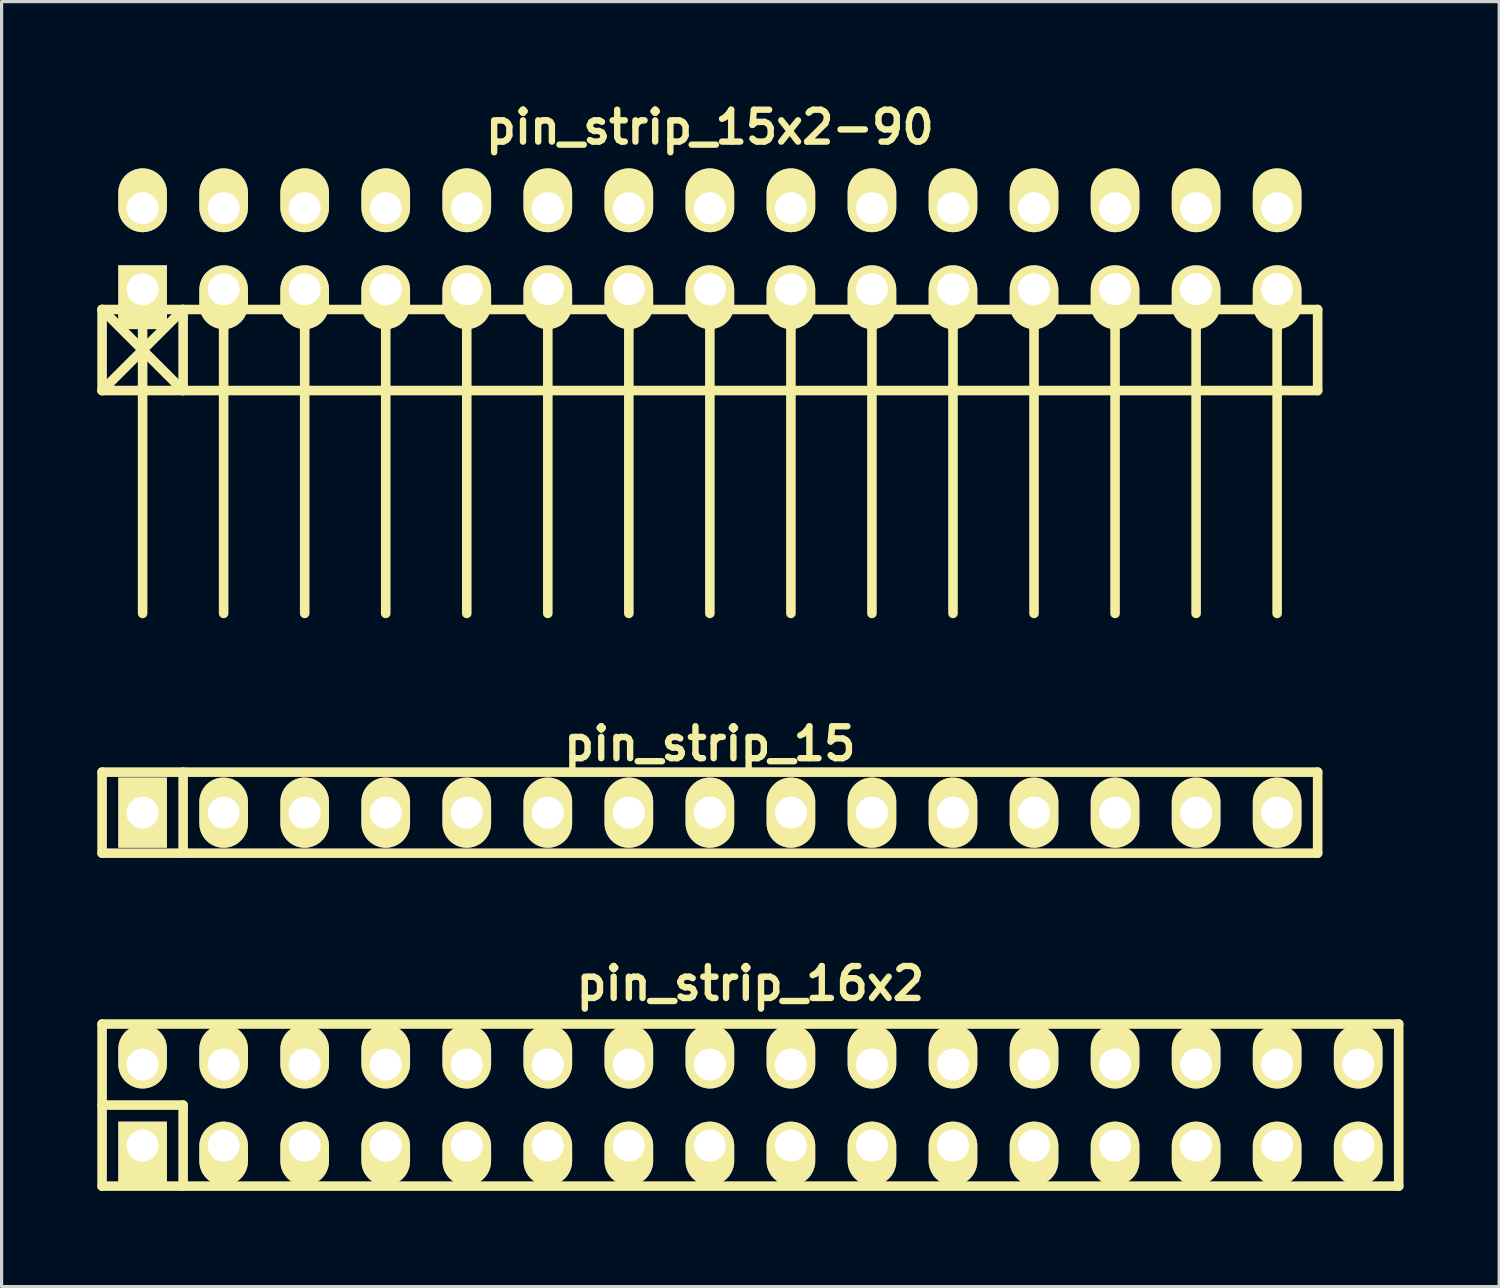
<source format=kicad_pcb>
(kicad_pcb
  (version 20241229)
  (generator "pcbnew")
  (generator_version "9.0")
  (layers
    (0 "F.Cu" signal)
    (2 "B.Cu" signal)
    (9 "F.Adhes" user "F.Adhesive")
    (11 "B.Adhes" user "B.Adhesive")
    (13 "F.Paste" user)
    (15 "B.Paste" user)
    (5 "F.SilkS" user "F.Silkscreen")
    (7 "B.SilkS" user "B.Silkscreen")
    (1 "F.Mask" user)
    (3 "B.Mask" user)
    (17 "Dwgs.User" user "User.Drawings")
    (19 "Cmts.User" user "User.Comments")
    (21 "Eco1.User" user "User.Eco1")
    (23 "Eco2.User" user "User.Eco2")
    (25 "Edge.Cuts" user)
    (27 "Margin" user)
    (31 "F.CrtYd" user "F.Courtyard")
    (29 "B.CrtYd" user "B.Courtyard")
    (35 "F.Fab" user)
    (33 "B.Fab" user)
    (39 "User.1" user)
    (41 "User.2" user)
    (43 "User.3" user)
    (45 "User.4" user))
  (footprint "pin_strip_15x2-90"
    (layer "F.Cu")
    (at 19.2 4.746)
    (property "Reference" "pin_strip_15x2-90" (at 0 -3.81 0) (layer "F.SilkS") (effects (font (size 1 1) (thickness 0.2))))
    (attr through_hole)
    (fp_line (start -19.05 1.905) (end -16.51 4.445) (stroke (width 0.3) (type solid)) (layer "F.SilkS"))
    (fp_line (start -19.05 1.905) (end 19.05 1.905) (stroke (width 0.3) (type solid)) (layer "F.SilkS"))
    (fp_line (start -19.05 4.445) (end -19.05 1.905) (stroke (width 0.3) (type solid)) (layer "F.SilkS"))
    (fp_line (start -17.78 1.27) (end -17.78 11.43) (stroke (width 0.3) (type solid)) (layer "F.SilkS"))
    (fp_line (start -16.51 1.905) (end -19.05 4.445) (stroke (width 0.3) (type solid)) (layer "F.SilkS"))
    (fp_line (start -16.51 4.445) (end -16.51 1.905) (stroke (width 0.3) (type solid)) (layer "F.SilkS"))
    (fp_line (start -15.24 1.27) (end -15.24 11.43) (stroke (width 0.3) (type solid)) (layer "F.SilkS"))
    (fp_line (start -12.7 11.43) (end -12.7 1.27) (stroke (width 0.3) (type solid)) (layer "F.SilkS"))
    (fp_line (start -10.16 1.27) (end -10.16 11.43) (stroke (width 0.3) (type solid)) (layer "F.SilkS"))
    (fp_line (start -7.62 1.27) (end -7.62 11.43) (stroke (width 0.3) (type solid)) (layer "F.SilkS"))
    (fp_line (start -5.08 1.27) (end -5.08 11.43) (stroke (width 0.3) (type solid)) (layer "F.SilkS"))
    (fp_line (start -2.54 1.27) (end -2.54 11.43) (stroke (width 0.3) (type solid)) (layer "F.SilkS"))
    (fp_line (start 0 1.27) (end 0 11.43) (stroke (width 0.3) (type solid)) (layer "F.SilkS"))
    (fp_line (start 2.54 1.27) (end 2.54 11.43) (stroke (width 0.3) (type solid)) (layer "F.SilkS"))
    (fp_line (start 5.08 1.27) (end 5.08 11.43) (stroke (width 0.3) (type solid)) (layer "F.SilkS"))
    (fp_line (start 7.62 1.27) (end 7.62 11.43) (stroke (width 0.3) (type solid)) (layer "F.SilkS"))
    (fp_line (start 10.16 1.27) (end 10.16 11.43) (stroke (width 0.3) (type solid)) (layer "F.SilkS"))
    (fp_line (start 12.7 11.43) (end 12.7 1.27) (stroke (width 0.3) (type solid)) (layer "F.SilkS"))
    (fp_line (start 15.24 1.27) (end 15.24 11.43) (stroke (width 0.3) (type solid)) (layer "F.SilkS"))
    (fp_line (start 17.78 1.27) (end 17.78 11.43) (stroke (width 0.3) (type solid)) (layer "F.SilkS"))
    (fp_line (start 19.05 1.905) (end 19.05 4.445) (stroke (width 0.3) (type solid)) (layer "F.SilkS"))
    (fp_line (start 19.05 4.445) (end -19.05 4.445) (stroke (width 0.3) (type solid)) (layer "F.SilkS"))
    (pad "1" thru_hole rect (at -17.78 1.27) (size 1.524 1.999) (drill 1.001 (offset 0 0.249)) (layers "*.Cu" "*.Mask" "F.SilkS"))
    (pad "2" thru_hole oval (at -17.78 -1.27) (size 1.524 1.999) (drill 1.001 (offset 0 -0.249)) (layers "*.Cu" "*.Mask" "F.SilkS"))
    (pad "3" thru_hole oval (at -15.24 1.27) (size 1.524 1.999) (drill 1.001 (offset 0 0.249)) (layers "*.Cu" "*.Mask" "F.SilkS"))
    (pad "4" thru_hole oval (at -15.24 -1.27) (size 1.524 1.999) (drill 1.001 (offset 0 -0.249)) (layers "*.Cu" "*.Mask" "F.SilkS"))
    (pad "5" thru_hole oval (at -12.7 1.27) (size 1.524 1.999) (drill 1.001 (offset 0 0.249)) (layers "*.Cu" "*.Mask" "F.SilkS"))
    (pad "6" thru_hole oval (at -12.7 -1.27) (size 1.524 1.999) (drill 1.001 (offset 0 -0.249)) (layers "*.Cu" "*.Mask" "F.SilkS"))
    (pad "7" thru_hole oval (at -10.16 1.27) (size 1.524 1.999) (drill 1.001 (offset 0 0.249)) (layers "*.Cu" "*.Mask" "F.SilkS"))
    (pad "8" thru_hole oval (at -10.16 -1.27) (size 1.524 1.999) (drill 1.001 (offset 0 -0.249)) (layers "*.Cu" "*.Mask" "F.SilkS"))
    (pad "9" thru_hole oval (at -7.62 1.27) (size 1.524 1.999) (drill 1.001 (offset 0 0.249)) (layers "*.Cu" "*.Mask" "F.SilkS"))
    (pad "10" thru_hole oval (at -7.62 -1.27) (size 1.524 1.999) (drill 1.001 (offset 0 -0.249)) (layers "*.Cu" "*.Mask" "F.SilkS"))
    (pad "11" thru_hole oval (at -5.08 1.27) (size 1.524 1.999) (drill 1.001 (offset 0 0.249)) (layers "*.Cu" "*.Mask" "F.SilkS"))
    (pad "12" thru_hole oval (at -5.08 -1.27) (size 1.524 1.999) (drill 1.001 (offset 0 -0.249)) (layers "*.Cu" "*.Mask" "F.SilkS"))
    (pad "13" thru_hole oval (at -2.54 1.27) (size 1.524 1.999) (drill 1.001 (offset 0 0.249)) (layers "*.Cu" "*.Mask" "F.SilkS"))
    (pad "14" thru_hole oval (at -2.54 -1.27) (size 1.524 1.999) (drill 1.001 (offset 0 -0.249)) (layers "*.Cu" "*.Mask" "F.SilkS"))
    (pad "15" thru_hole oval (at 0 1.27) (size 1.524 1.999) (drill 1.001 (offset 0 0.249)) (layers "*.Cu" "*.Mask" "F.SilkS"))
    (pad "16" thru_hole oval (at 0 -1.27) (size 1.524 1.999) (drill 1.001 (offset 0 -0.249)) (layers "*.Cu" "*.Mask" "F.SilkS"))
    (pad "17" thru_hole oval (at 2.54 1.27) (size 1.524 1.999) (drill 1.001 (offset 0 0.249)) (layers "*.Cu" "*.Mask" "F.SilkS"))
    (pad "18" thru_hole oval (at 2.54 -1.27) (size 1.524 1.999) (drill 1.001 (offset 0 -0.249)) (layers "*.Cu" "*.Mask" "F.SilkS"))
    (pad "19" thru_hole oval (at 5.08 1.27) (size 1.524 1.999) (drill 1.001 (offset 0 0.249)) (layers "*.Cu" "*.Mask" "F.SilkS"))
    (pad "20" thru_hole oval (at 5.08 -1.27) (size 1.524 1.999) (drill 1.001 (offset 0 -0.249)) (layers "*.Cu" "*.Mask" "F.SilkS"))
    (pad "21" thru_hole oval (at 7.62 1.27) (size 1.524 1.999) (drill 1.001 (offset 0 0.249)) (layers "*.Cu" "*.Mask" "F.SilkS"))
    (pad "22" thru_hole oval (at 7.62 -1.27) (size 1.524 1.999) (drill 1.001 (offset 0 -0.249)) (layers "*.Cu" "*.Mask" "F.SilkS"))
    (pad "23" thru_hole oval (at 10.16 1.27) (size 1.524 1.999) (drill 1.001 (offset 0 0.249)) (layers "*.Cu" "*.Mask" "F.SilkS"))
    (pad "24" thru_hole oval (at 10.16 -1.27) (size 1.524 1.999) (drill 1.001 (offset 0 -0.249)) (layers "*.Cu" "*.Mask" "F.SilkS"))
    (pad "25" thru_hole oval (at 12.7 1.27) (size 1.524 1.999) (drill 1.001 (offset 0 0.249)) (layers "*.Cu" "*.Mask" "F.SilkS"))
    (pad "26" thru_hole oval (at 12.7 -1.27) (size 1.524 1.999) (drill 1.001 (offset 0 -0.249)) (layers "*.Cu" "*.Mask" "F.SilkS"))
    (pad "27" thru_hole oval (at 15.24 1.27) (size 1.524 1.999) (drill 1.001 (offset 0 0.249)) (layers "*.Cu" "*.Mask" "F.SilkS"))
    (pad "28" thru_hole oval (at 15.24 -1.27) (size 1.524 1.999) (drill 1.001 (offset 0 -0.249)) (layers "*.Cu" "*.Mask" "F.SilkS"))
    (pad "29" thru_hole oval (at 17.78 1.27) (size 1.524 1.999) (drill 1.001 (offset 0 0.249)) (layers "*.Cu" "*.Mask" "F.SilkS"))
    (pad "30" thru_hole oval (at 17.78 -1.27) (size 1.524 1.999) (drill 1.001 (offset 0 -0.249)) (layers "*.Cu" "*.Mask" "F.SilkS")))
  (footprint "pin_strip_16x2"
    (layer "F.Cu")
    (at 20.47 31.587)
    (property "Reference" "pin_strip_16x2" (at 0 -3.81 0) (layer "F.SilkS") (effects (font (size 1 1) (thickness 0.2))))
    (attr through_hole)
    (fp_line (start -20.32 -2.54) (end -20.32 2.54) (stroke (width 0.3) (type solid)) (layer "F.SilkS"))
    (fp_line (start -20.32 -2.54) (end 20.32 -2.54) (stroke (width 0.3) (type solid)) (layer "F.SilkS"))
    (fp_line (start -20.32 0) (end -17.78 0) (stroke (width 0.3) (type solid)) (layer "F.SilkS"))
    (fp_line (start -17.78 0) (end -17.78 2.54) (stroke (width 0.3) (type solid)) (layer "F.SilkS"))
    (fp_line (start 20.32 2.54) (end -20.32 2.54) (stroke (width 0.3) (type solid)) (layer "F.SilkS"))
    (fp_line (start 20.32 2.54) (end 20.32 -2.54) (stroke (width 0.3) (type solid)) (layer "F.SilkS"))
    (pad "1" thru_hole rect (at -19.05 1.27) (size 1.524 1.999) (drill 1.001 (offset 0 0.249)) (layers "*.Cu" "*.Mask" "F.SilkS"))
    (pad "2" thru_hole oval (at -19.05 -1.27) (size 1.524 1.999) (drill 1.001 (offset 0 -0.249)) (layers "*.Cu" "*.Mask" "F.SilkS"))
    (pad "3" thru_hole oval (at -16.51 1.27) (size 1.524 1.999) (drill 1.001 (offset 0 0.249)) (layers "*.Cu" "*.Mask" "F.SilkS"))
    (pad "4" thru_hole oval (at -16.51 -1.27) (size 1.524 1.999) (drill 1.001 (offset 0 -0.249)) (layers "*.Cu" "*.Mask" "F.SilkS"))
    (pad "5" thru_hole oval (at -13.97 1.27) (size 1.524 1.999) (drill 1.001 (offset 0 0.249)) (layers "*.Cu" "*.Mask" "F.SilkS"))
    (pad "6" thru_hole oval (at -13.97 -1.27) (size 1.524 1.999) (drill 1.001 (offset 0 -0.249)) (layers "*.Cu" "*.Mask" "F.SilkS"))
    (pad "7" thru_hole oval (at -11.43 1.27) (size 1.524 1.999) (drill 1.001 (offset 0 0.249)) (layers "*.Cu" "*.Mask" "F.SilkS"))
    (pad "8" thru_hole oval (at -11.43 -1.27) (size 1.524 1.999) (drill 1.001 (offset 0 -0.249)) (layers "*.Cu" "*.Mask" "F.SilkS"))
    (pad "9" thru_hole oval (at -8.89 1.27) (size 1.524 1.999) (drill 1.001 (offset 0 0.249)) (layers "*.Cu" "*.Mask" "F.SilkS"))
    (pad "10" thru_hole oval (at -8.89 -1.27) (size 1.524 1.999) (drill 1.001 (offset 0 -0.249)) (layers "*.Cu" "*.Mask" "F.SilkS"))
    (pad "11" thru_hole oval (at -6.35 1.27) (size 1.524 1.999) (drill 1.001 (offset 0 0.249)) (layers "*.Cu" "*.Mask" "F.SilkS"))
    (pad "12" thru_hole oval (at -6.35 -1.27) (size 1.524 1.999) (drill 1.001 (offset 0 -0.249)) (layers "*.Cu" "*.Mask" "F.SilkS"))
    (pad "13" thru_hole oval (at -3.81 1.27) (size 1.524 1.999) (drill 1.001 (offset 0 0.249)) (layers "*.Cu" "*.Mask" "F.SilkS"))
    (pad "14" thru_hole oval (at -3.81 -1.27) (size 1.524 1.999) (drill 1.001 (offset 0 -0.249)) (layers "*.Cu" "*.Mask" "F.SilkS"))
    (pad "15" thru_hole oval (at -1.27 1.27) (size 1.524 1.999) (drill 1.001 (offset 0 0.249)) (layers "*.Cu" "*.Mask" "F.SilkS"))
    (pad "16" thru_hole oval (at -1.27 -1.27) (size 1.524 1.999) (drill 1.001 (offset 0 -0.249)) (layers "*.Cu" "*.Mask" "F.SilkS"))
    (pad "17" thru_hole oval (at 1.27 1.27) (size 1.524 1.999) (drill 1.001 (offset 0 0.249)) (layers "*.Cu" "*.Mask" "F.SilkS"))
    (pad "18" thru_hole oval (at 1.27 -1.27) (size 1.524 1.999) (drill 1.001 (offset 0 -0.249)) (layers "*.Cu" "*.Mask" "F.SilkS"))
    (pad "19" thru_hole oval (at 3.81 1.27) (size 1.524 1.999) (drill 1.001 (offset 0 0.249)) (layers "*.Cu" "*.Mask" "F.SilkS"))
    (pad "20" thru_hole oval (at 3.81 -1.27) (size 1.524 1.999) (drill 1.001 (offset 0 -0.249)) (layers "*.Cu" "*.Mask" "F.SilkS"))
    (pad "21" thru_hole oval (at 6.35 1.27) (size 1.524 1.999) (drill 1.001 (offset 0 0.249)) (layers "*.Cu" "*.Mask" "F.SilkS"))
    (pad "22" thru_hole oval (at 6.35 -1.27) (size 1.524 1.999) (drill 1.001 (offset 0 -0.249)) (layers "*.Cu" "*.Mask" "F.SilkS"))
    (pad "23" thru_hole oval (at 8.89 1.27) (size 1.524 1.999) (drill 1.001 (offset 0 0.249)) (layers "*.Cu" "*.Mask" "F.SilkS"))
    (pad "24" thru_hole oval (at 8.89 -1.27) (size 1.524 1.999) (drill 1.001 (offset 0 -0.249)) (layers "*.Cu" "*.Mask" "F.SilkS"))
    (pad "25" thru_hole oval (at 11.43 1.27) (size 1.524 1.999) (drill 1.001 (offset 0 0.249)) (layers "*.Cu" "*.Mask" "F.SilkS"))
    (pad "26" thru_hole oval (at 11.43 -1.27) (size 1.524 1.999) (drill 1.001 (offset 0 -0.249)) (layers "*.Cu" "*.Mask" "F.SilkS"))
    (pad "27" thru_hole oval (at 13.97 1.27) (size 1.524 1.999) (drill 1.001 (offset 0 0.249)) (layers "*.Cu" "*.Mask" "F.SilkS"))
    (pad "28" thru_hole oval (at 13.97 -1.27) (size 1.524 1.999) (drill 1.001 (offset 0 -0.249)) (layers "*.Cu" "*.Mask" "F.SilkS"))
    (pad "29" thru_hole oval (at 16.51 1.27) (size 1.524 1.999) (drill 1.001 (offset 0 0.249)) (layers "*.Cu" "*.Mask" "F.SilkS"))
    (pad "30" thru_hole oval (at 16.51 -1.27) (size 1.524 1.999) (drill 1.001 (offset 0 -0.249)) (layers "*.Cu" "*.Mask" "F.SilkS"))
    (pad "31" thru_hole oval (at 19.05 1.27) (size 1.524 1.999) (drill 1.001 (offset 0 0.249)) (layers "*.Cu" "*.Mask" "F.SilkS"))
    (pad "32" thru_hole oval (at 19.05 -1.27) (size 1.524 1.999) (drill 1.001 (offset 0 -0.249)) (layers "*.Cu" "*.Mask" "F.SilkS")))
  (footprint "pin_strip_15"
    (layer "F.Cu")
    (at 19.2 22.421)
    (property "Reference" "pin_strip_15" (at 0 -2.159 0) (layer "F.SilkS") (effects (font (size 1 1) (thickness 0.2))))
    (attr through_hole)
    (fp_line (start -19.05 -1.27) (end 19.05 -1.27) (stroke (width 0.3) (type solid)) (layer "F.SilkS"))
    (fp_line (start -19.05 1.27) (end -19.05 -1.27) (stroke (width 0.3) (type solid)) (layer "F.SilkS"))
    (fp_line (start -16.51 -1.27) (end -16.51 1.27) (stroke (width 0.3) (type solid)) (layer "F.SilkS"))
    (fp_line (start 19.05 -1.27) (end 19.05 1.27) (stroke (width 0.3) (type solid)) (layer "F.SilkS"))
    (fp_line (start 19.05 1.27) (end -19.05 1.27) (stroke (width 0.3) (type solid)) (layer "F.SilkS"))
    (pad "1" thru_hole rect (at -17.78 0) (size 1.524 2.2) (drill 1.001) (layers "*.Cu" "*.Mask" "F.SilkS"))
    (pad "2" thru_hole oval (at -15.24 0) (size 1.524 2.2) (drill 1.001) (layers "*.Cu" "*.Mask" "F.SilkS"))
    (pad "3" thru_hole oval (at -12.7 0) (size 1.524 2.2) (drill 1.001) (layers "*.Cu" "*.Mask" "F.SilkS"))
    (pad "4" thru_hole oval (at -10.16 0) (size 1.524 2.2) (drill 1.001) (layers "*.Cu" "*.Mask" "F.SilkS"))
    (pad "5" thru_hole oval (at -7.62 0) (size 1.524 2.2) (drill 1.001) (layers "*.Cu" "*.Mask" "F.SilkS"))
    (pad "6" thru_hole oval (at -5.08 0) (size 1.524 2.2) (drill 1.001) (layers "*.Cu" "*.Mask" "F.SilkS"))
    (pad "7" thru_hole oval (at -2.54 0) (size 1.524 2.2) (drill 1.001) (layers "*.Cu" "*.Mask" "F.SilkS"))
    (pad "8" thru_hole oval (at 0 0) (size 1.524 2.2) (drill 1.001) (layers "*.Cu" "*.Mask" "F.SilkS"))
    (pad "9" thru_hole oval (at 2.54 0) (size 1.524 2.2) (drill 1.001) (layers "*.Cu" "*.Mask" "F.SilkS"))
    (pad "10" thru_hole oval (at 5.08 0) (size 1.524 2.2) (drill 1.001) (layers "*.Cu" "*.Mask" "F.SilkS"))
    (pad "11" thru_hole oval (at 7.62 0) (size 1.524 2.2) (drill 1.001) (layers "*.Cu" "*.Mask" "F.SilkS"))
    (pad "12" thru_hole oval (at 10.16 0) (size 1.524 2.2) (drill 1.001) (layers "*.Cu" "*.Mask" "F.SilkS"))
    (pad "13" thru_hole oval (at 12.7 0) (size 1.524 2.2) (drill 1.001) (layers "*.Cu" "*.Mask" "F.SilkS"))
    (pad "14" thru_hole oval (at 15.24 0) (size 1.524 2.2) (drill 1.001) (layers "*.Cu" "*.Mask" "F.SilkS"))
    (pad "15" thru_hole oval (at 17.78 0) (size 1.524 2.2) (drill 1.001) (layers "*.Cu" "*.Mask" "F.SilkS")))
  (gr_rect
    (start -3 -3)
    (end 43.94 37.277)
    (stroke (width 0.1) (type default))
    (fill no)
    (layer "Edge.Cuts")))
</source>
